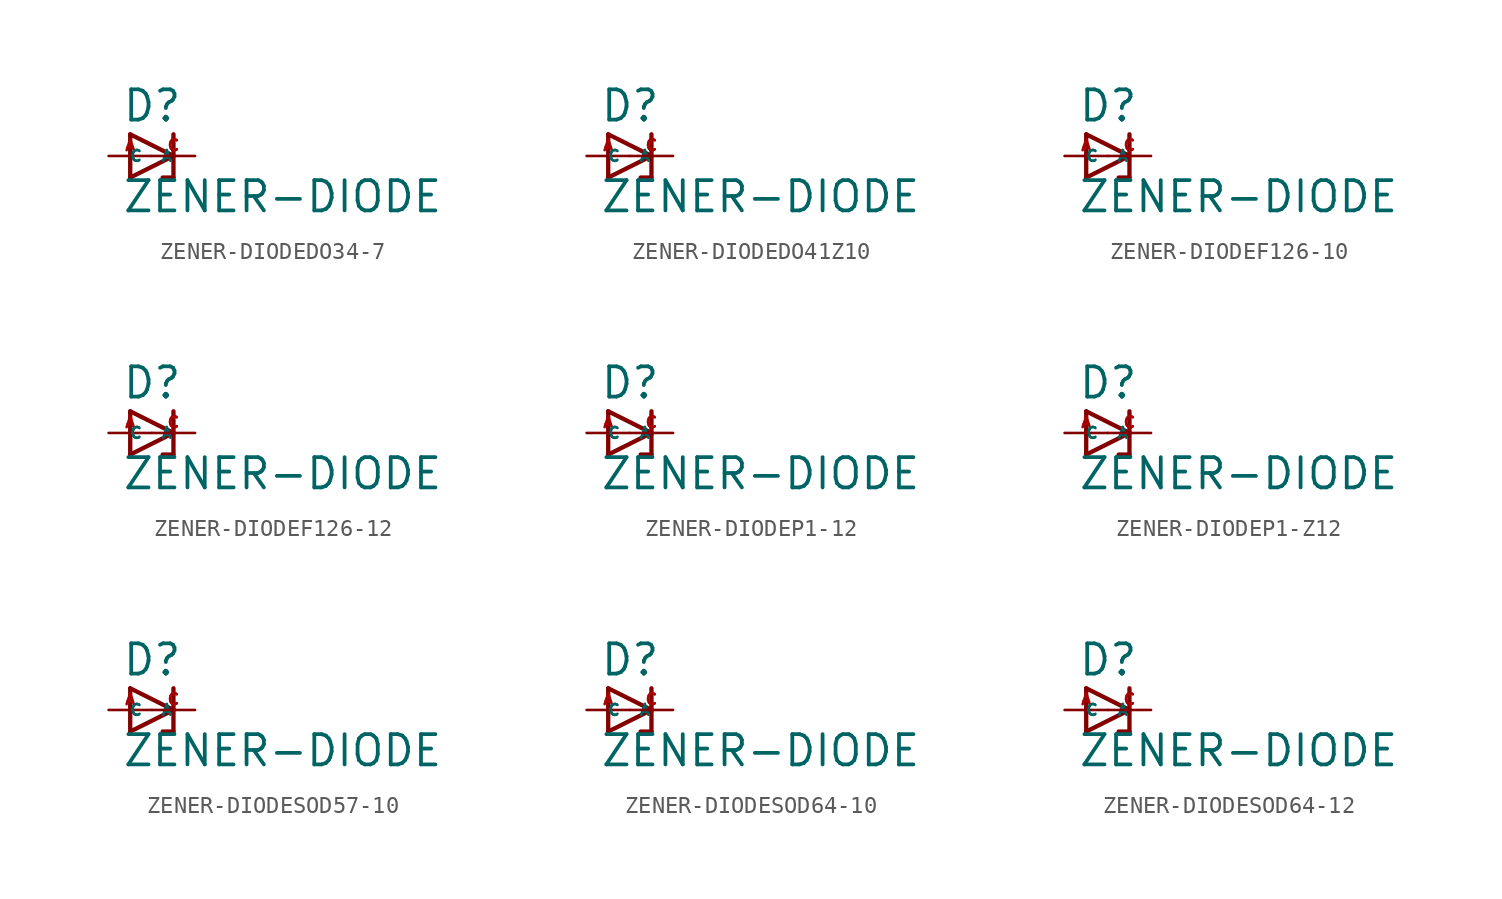
<source format=kicad_sym>
(kicad_symbol_lib
  (version 20220914)
  (generator Eagle2Kicad)
  (symbol "ZENER-DIODEDO34-7"
    (property "Reference" "D"
      (at -1.778 1.905 0)
      (effects (font (size 1.778 1.778) (thickness 0.22)) (justify left bottom)))
    (property "Value" "ZENER-DIODE"
      (at -1.778 -3.429 0)
      (effects (font (size 1.778 1.778) (thickness 0.22)) (justify left bottom)))
    (polyline
      (pts (xy -1.27 -1.27) (xy 1.27 0))
      (stroke (width 0.254) (type default))
      (fill (type none)))
    (polyline
      (pts (xy 1.27 0) (xy -1.27 1.27))
      (stroke (width 0.254) (type default))
      (fill (type none)))
    (polyline
      (pts (xy 1.27 1.27) (xy 1.27 0))
      (stroke (width 0.254) (type default))
      (fill (type none)))
    (polyline
      (pts (xy -1.27 1.27) (xy -1.27 -1.27))
      (stroke (width 0.254) (type default))
      (fill (type none)))
    (polyline
      (pts (xy 1.27 0) (xy 1.27 -1.27))
      (stroke (width 0.254) (type default))
      (fill (type none)))
    (polyline
      (pts (xy 1.27 -1.27) (xy 0.635 -1.27))
      (stroke (width 0.254) (type default))
      (fill (type none)))
    (pin passive line
      (at -2.54 0 0)
      (length 2.54)
      (name "A" (effects (font (size 0.635 0.635) (thickness 0.08)) (justify left bottom)))
      (number "A" (effects (font (size 0.635 0.635) (thickness 0.08)) (justify left bottom))))
    (pin passive line
      (at 2.54 0 180)
      (length 2.54)
      (name "C" (effects (font (size 0.635 0.635) (thickness 0.08)) (justify left bottom)))
      (number "C" (effects (font (size 0.635 0.635) (thickness 0.08)) (justify left bottom)))))
  (symbol "ZENER-DIODEDO41Z10"
    (property "Reference" "D"
      (at -1.778 1.905 0)
      (effects (font (size 1.778 1.778) (thickness 0.22)) (justify left bottom)))
    (property "Value" "ZENER-DIODE"
      (at -1.778 -3.429 0)
      (effects (font (size 1.778 1.778) (thickness 0.22)) (justify left bottom)))
    (polyline
      (pts (xy -1.27 -1.27) (xy 1.27 0))
      (stroke (width 0.254) (type default))
      (fill (type none)))
    (polyline
      (pts (xy 1.27 0) (xy -1.27 1.27))
      (stroke (width 0.254) (type default))
      (fill (type none)))
    (polyline
      (pts (xy 1.27 1.27) (xy 1.27 0))
      (stroke (width 0.254) (type default))
      (fill (type none)))
    (polyline
      (pts (xy -1.27 1.27) (xy -1.27 -1.27))
      (stroke (width 0.254) (type default))
      (fill (type none)))
    (polyline
      (pts (xy 1.27 0) (xy 1.27 -1.27))
      (stroke (width 0.254) (type default))
      (fill (type none)))
    (polyline
      (pts (xy 1.27 -1.27) (xy 0.635 -1.27))
      (stroke (width 0.254) (type default))
      (fill (type none)))
    (pin passive line
      (at -2.54 0 0)
      (length 2.54)
      (name "A" (effects (font (size 0.635 0.635) (thickness 0.08)) (justify left bottom)))
      (number "A" (effects (font (size 0.635 0.635) (thickness 0.08)) (justify left bottom))))
    (pin passive line
      (at 2.54 0 180)
      (length 2.54)
      (name "C" (effects (font (size 0.635 0.635) (thickness 0.08)) (justify left bottom)))
      (number "C" (effects (font (size 0.635 0.635) (thickness 0.08)) (justify left bottom)))))
  (symbol "ZENER-DIODEF126-10"
    (property "Reference" "D"
      (at -1.778 1.905 0)
      (effects (font (size 1.778 1.778) (thickness 0.22)) (justify left bottom)))
    (property "Value" "ZENER-DIODE"
      (at -1.778 -3.429 0)
      (effects (font (size 1.778 1.778) (thickness 0.22)) (justify left bottom)))
    (polyline
      (pts (xy -1.27 -1.27) (xy 1.27 0))
      (stroke (width 0.254) (type default))
      (fill (type none)))
    (polyline
      (pts (xy 1.27 0) (xy -1.27 1.27))
      (stroke (width 0.254) (type default))
      (fill (type none)))
    (polyline
      (pts (xy 1.27 1.27) (xy 1.27 0))
      (stroke (width 0.254) (type default))
      (fill (type none)))
    (polyline
      (pts (xy -1.27 1.27) (xy -1.27 -1.27))
      (stroke (width 0.254) (type default))
      (fill (type none)))
    (polyline
      (pts (xy 1.27 0) (xy 1.27 -1.27))
      (stroke (width 0.254) (type default))
      (fill (type none)))
    (polyline
      (pts (xy 1.27 -1.27) (xy 0.635 -1.27))
      (stroke (width 0.254) (type default))
      (fill (type none)))
    (pin passive line
      (at -2.54 0 0)
      (length 2.54)
      (name "A" (effects (font (size 0.635 0.635) (thickness 0.08)) (justify left bottom)))
      (number "A" (effects (font (size 0.635 0.635) (thickness 0.08)) (justify left bottom))))
    (pin passive line
      (at 2.54 0 180)
      (length 2.54)
      (name "C" (effects (font (size 0.635 0.635) (thickness 0.08)) (justify left bottom)))
      (number "C" (effects (font (size 0.635 0.635) (thickness 0.08)) (justify left bottom)))))
  (symbol "ZENER-DIODEF126-12"
    (property "Reference" "D"
      (at -1.778 1.905 0)
      (effects (font (size 1.778 1.778) (thickness 0.22)) (justify left bottom)))
    (property "Value" "ZENER-DIODE"
      (at -1.778 -3.429 0)
      (effects (font (size 1.778 1.778) (thickness 0.22)) (justify left bottom)))
    (polyline
      (pts (xy -1.27 -1.27) (xy 1.27 0))
      (stroke (width 0.254) (type default))
      (fill (type none)))
    (polyline
      (pts (xy 1.27 0) (xy -1.27 1.27))
      (stroke (width 0.254) (type default))
      (fill (type none)))
    (polyline
      (pts (xy 1.27 1.27) (xy 1.27 0))
      (stroke (width 0.254) (type default))
      (fill (type none)))
    (polyline
      (pts (xy -1.27 1.27) (xy -1.27 -1.27))
      (stroke (width 0.254) (type default))
      (fill (type none)))
    (polyline
      (pts (xy 1.27 0) (xy 1.27 -1.27))
      (stroke (width 0.254) (type default))
      (fill (type none)))
    (polyline
      (pts (xy 1.27 -1.27) (xy 0.635 -1.27))
      (stroke (width 0.254) (type default))
      (fill (type none)))
    (pin passive line
      (at -2.54 0 0)
      (length 2.54)
      (name "A" (effects (font (size 0.635 0.635) (thickness 0.08)) (justify left bottom)))
      (number "A" (effects (font (size 0.635 0.635) (thickness 0.08)) (justify left bottom))))
    (pin passive line
      (at 2.54 0 180)
      (length 2.54)
      (name "C" (effects (font (size 0.635 0.635) (thickness 0.08)) (justify left bottom)))
      (number "C" (effects (font (size 0.635 0.635) (thickness 0.08)) (justify left bottom)))))
  (symbol "ZENER-DIODEP1-12"
    (property "Reference" "D"
      (at -1.778 1.905 0)
      (effects (font (size 1.778 1.778) (thickness 0.22)) (justify left bottom)))
    (property "Value" "ZENER-DIODE"
      (at -1.778 -3.429 0)
      (effects (font (size 1.778 1.778) (thickness 0.22)) (justify left bottom)))
    (polyline
      (pts (xy -1.27 -1.27) (xy 1.27 0))
      (stroke (width 0.254) (type default))
      (fill (type none)))
    (polyline
      (pts (xy 1.27 0) (xy -1.27 1.27))
      (stroke (width 0.254) (type default))
      (fill (type none)))
    (polyline
      (pts (xy 1.27 1.27) (xy 1.27 0))
      (stroke (width 0.254) (type default))
      (fill (type none)))
    (polyline
      (pts (xy -1.27 1.27) (xy -1.27 -1.27))
      (stroke (width 0.254) (type default))
      (fill (type none)))
    (polyline
      (pts (xy 1.27 0) (xy 1.27 -1.27))
      (stroke (width 0.254) (type default))
      (fill (type none)))
    (polyline
      (pts (xy 1.27 -1.27) (xy 0.635 -1.27))
      (stroke (width 0.254) (type default))
      (fill (type none)))
    (pin passive line
      (at -2.54 0 0)
      (length 2.54)
      (name "A" (effects (font (size 0.635 0.635) (thickness 0.08)) (justify left bottom)))
      (number "A" (effects (font (size 0.635 0.635) (thickness 0.08)) (justify left bottom))))
    (pin passive line
      (at 2.54 0 180)
      (length 2.54)
      (name "C" (effects (font (size 0.635 0.635) (thickness 0.08)) (justify left bottom)))
      (number "C" (effects (font (size 0.635 0.635) (thickness 0.08)) (justify left bottom)))))
  (symbol "ZENER-DIODEP1-Z12"
    (property "Reference" "D"
      (at -1.778 1.905 0)
      (effects (font (size 1.778 1.778) (thickness 0.22)) (justify left bottom)))
    (property "Value" "ZENER-DIODE"
      (at -1.778 -3.429 0)
      (effects (font (size 1.778 1.778) (thickness 0.22)) (justify left bottom)))
    (polyline
      (pts (xy -1.27 -1.27) (xy 1.27 0))
      (stroke (width 0.254) (type default))
      (fill (type none)))
    (polyline
      (pts (xy 1.27 0) (xy -1.27 1.27))
      (stroke (width 0.254) (type default))
      (fill (type none)))
    (polyline
      (pts (xy 1.27 1.27) (xy 1.27 0))
      (stroke (width 0.254) (type default))
      (fill (type none)))
    (polyline
      (pts (xy -1.27 1.27) (xy -1.27 -1.27))
      (stroke (width 0.254) (type default))
      (fill (type none)))
    (polyline
      (pts (xy 1.27 0) (xy 1.27 -1.27))
      (stroke (width 0.254) (type default))
      (fill (type none)))
    (polyline
      (pts (xy 1.27 -1.27) (xy 0.635 -1.27))
      (stroke (width 0.254) (type default))
      (fill (type none)))
    (pin passive line
      (at -2.54 0 0)
      (length 2.54)
      (name "A" (effects (font (size 0.635 0.635) (thickness 0.08)) (justify left bottom)))
      (number "A" (effects (font (size 0.635 0.635) (thickness 0.08)) (justify left bottom))))
    (pin passive line
      (at 2.54 0 180)
      (length 2.54)
      (name "C" (effects (font (size 0.635 0.635) (thickness 0.08)) (justify left bottom)))
      (number "C" (effects (font (size 0.635 0.635) (thickness 0.08)) (justify left bottom)))))
  (symbol "ZENER-DIODESOD57-10"
    (property "Reference" "D"
      (at -1.778 1.905 0)
      (effects (font (size 1.778 1.778) (thickness 0.22)) (justify left bottom)))
    (property "Value" "ZENER-DIODE"
      (at -1.778 -3.429 0)
      (effects (font (size 1.778 1.778) (thickness 0.22)) (justify left bottom)))
    (polyline
      (pts (xy -1.27 -1.27) (xy 1.27 0))
      (stroke (width 0.254) (type default))
      (fill (type none)))
    (polyline
      (pts (xy 1.27 0) (xy -1.27 1.27))
      (stroke (width 0.254) (type default))
      (fill (type none)))
    (polyline
      (pts (xy 1.27 1.27) (xy 1.27 0))
      (stroke (width 0.254) (type default))
      (fill (type none)))
    (polyline
      (pts (xy -1.27 1.27) (xy -1.27 -1.27))
      (stroke (width 0.254) (type default))
      (fill (type none)))
    (polyline
      (pts (xy 1.27 0) (xy 1.27 -1.27))
      (stroke (width 0.254) (type default))
      (fill (type none)))
    (polyline
      (pts (xy 1.27 -1.27) (xy 0.635 -1.27))
      (stroke (width 0.254) (type default))
      (fill (type none)))
    (pin passive line
      (at -2.54 0 0)
      (length 2.54)
      (name "A" (effects (font (size 0.635 0.635) (thickness 0.08)) (justify left bottom)))
      (number "A" (effects (font (size 0.635 0.635) (thickness 0.08)) (justify left bottom))))
    (pin passive line
      (at 2.54 0 180)
      (length 2.54)
      (name "C" (effects (font (size 0.635 0.635) (thickness 0.08)) (justify left bottom)))
      (number "C" (effects (font (size 0.635 0.635) (thickness 0.08)) (justify left bottom)))))
  (symbol "ZENER-DIODESOD64-10"
    (property "Reference" "D"
      (at -1.778 1.905 0)
      (effects (font (size 1.778 1.778) (thickness 0.22)) (justify left bottom)))
    (property "Value" "ZENER-DIODE"
      (at -1.778 -3.429 0)
      (effects (font (size 1.778 1.778) (thickness 0.22)) (justify left bottom)))
    (polyline
      (pts (xy -1.27 -1.27) (xy 1.27 0))
      (stroke (width 0.254) (type default))
      (fill (type none)))
    (polyline
      (pts (xy 1.27 0) (xy -1.27 1.27))
      (stroke (width 0.254) (type default))
      (fill (type none)))
    (polyline
      (pts (xy 1.27 1.27) (xy 1.27 0))
      (stroke (width 0.254) (type default))
      (fill (type none)))
    (polyline
      (pts (xy -1.27 1.27) (xy -1.27 -1.27))
      (stroke (width 0.254) (type default))
      (fill (type none)))
    (polyline
      (pts (xy 1.27 0) (xy 1.27 -1.27))
      (stroke (width 0.254) (type default))
      (fill (type none)))
    (polyline
      (pts (xy 1.27 -1.27) (xy 0.635 -1.27))
      (stroke (width 0.254) (type default))
      (fill (type none)))
    (pin passive line
      (at -2.54 0 0)
      (length 2.54)
      (name "A" (effects (font (size 0.635 0.635) (thickness 0.08)) (justify left bottom)))
      (number "A" (effects (font (size 0.635 0.635) (thickness 0.08)) (justify left bottom))))
    (pin passive line
      (at 2.54 0 180)
      (length 2.54)
      (name "C" (effects (font (size 0.635 0.635) (thickness 0.08)) (justify left bottom)))
      (number "C" (effects (font (size 0.635 0.635) (thickness 0.08)) (justify left bottom)))))
  (symbol "ZENER-DIODESOD64-12"
    (property "Reference" "D"
      (at -1.778 1.905 0)
      (effects (font (size 1.778 1.778) (thickness 0.22)) (justify left bottom)))
    (property "Value" "ZENER-DIODE"
      (at -1.778 -3.429 0)
      (effects (font (size 1.778 1.778) (thickness 0.22)) (justify left bottom)))
    (polyline
      (pts (xy -1.27 -1.27) (xy 1.27 0))
      (stroke (width 0.254) (type default))
      (fill (type none)))
    (polyline
      (pts (xy 1.27 0) (xy -1.27 1.27))
      (stroke (width 0.254) (type default))
      (fill (type none)))
    (polyline
      (pts (xy 1.27 1.27) (xy 1.27 0))
      (stroke (width 0.254) (type default))
      (fill (type none)))
    (polyline
      (pts (xy -1.27 1.27) (xy -1.27 -1.27))
      (stroke (width 0.254) (type default))
      (fill (type none)))
    (polyline
      (pts (xy 1.27 0) (xy 1.27 -1.27))
      (stroke (width 0.254) (type default))
      (fill (type none)))
    (polyline
      (pts (xy 1.27 -1.27) (xy 0.635 -1.27))
      (stroke (width 0.254) (type default))
      (fill (type none)))
    (pin passive line
      (at -2.54 0 0)
      (length 2.54)
      (name "A" (effects (font (size 0.635 0.635) (thickness 0.08)) (justify left bottom)))
      (number "A" (effects (font (size 0.635 0.635) (thickness 0.08)) (justify left bottom))))
    (pin passive line
      (at 2.54 0 180)
      (length 2.54)
      (name "C" (effects (font (size 0.635 0.635) (thickness 0.08)) (justify left bottom)))
      (number "C" (effects (font (size 0.635 0.635) (thickness 0.08)) (justify left bottom))))))
</source>
